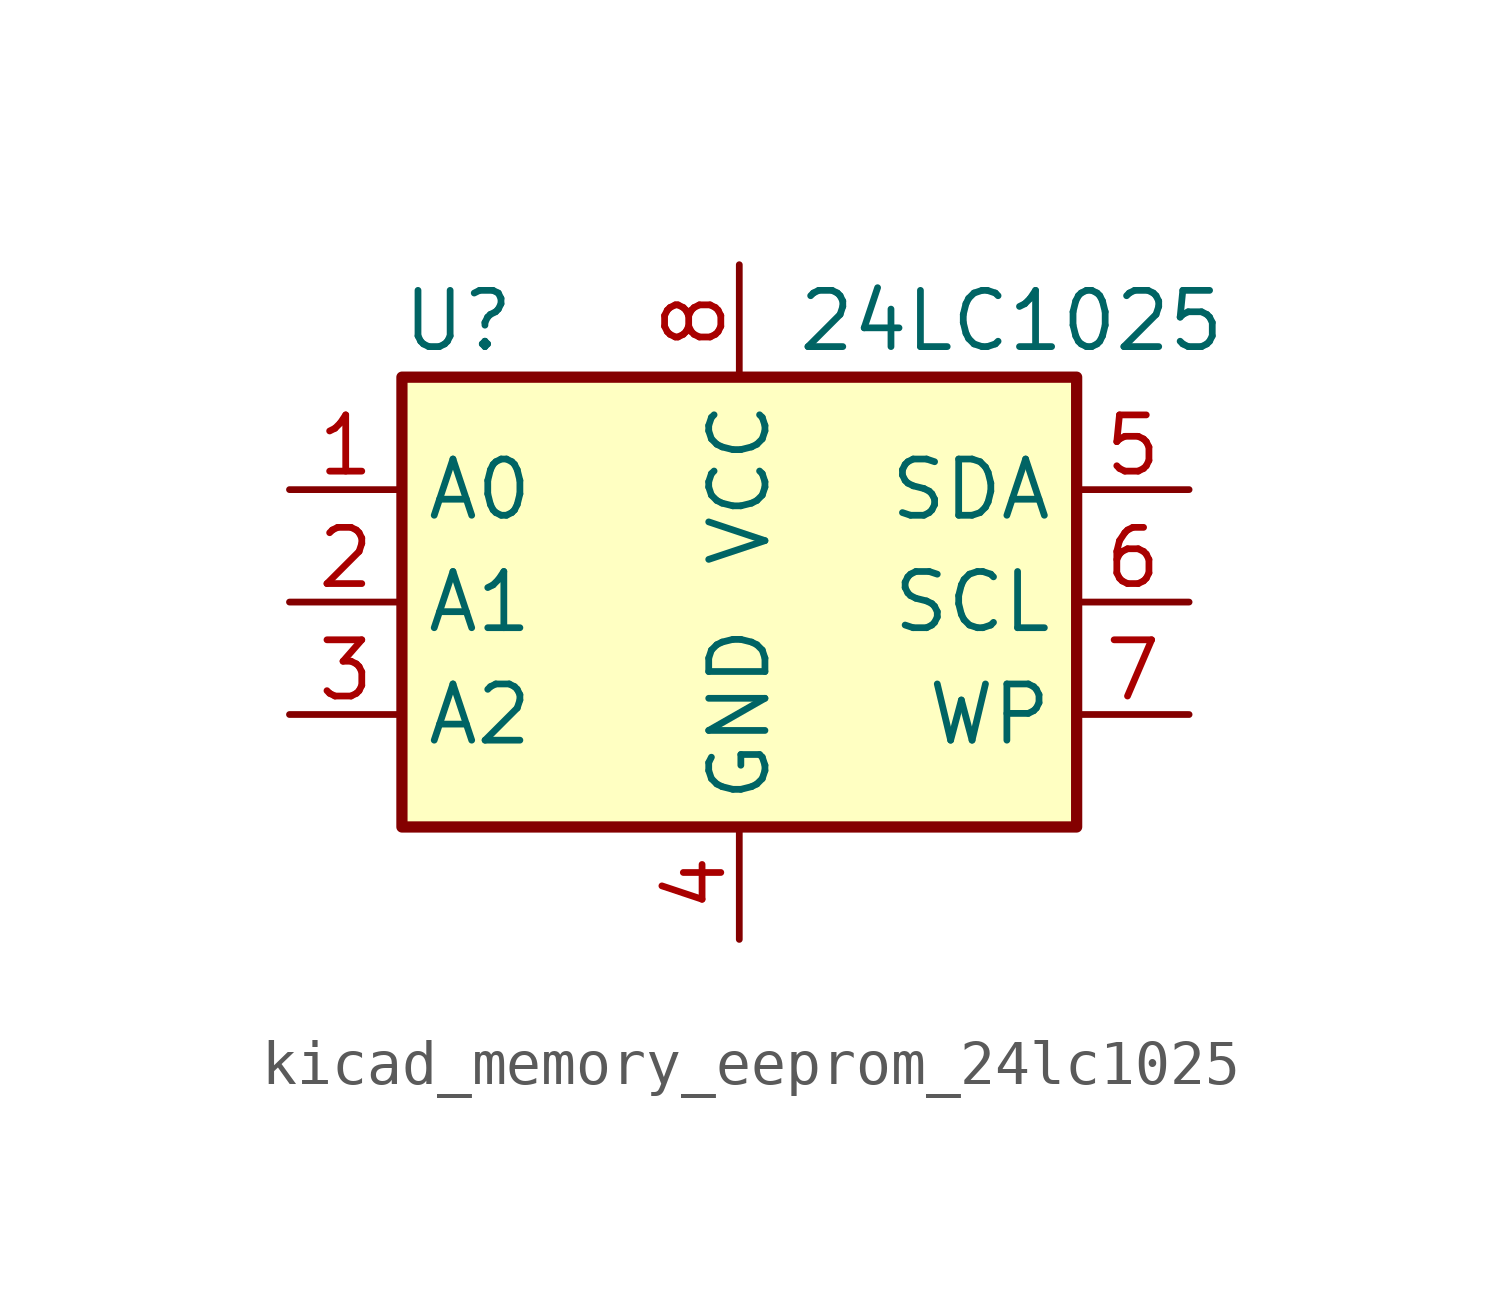
<source format=kicad_sym>
(kicad_symbol_lib
  (version 20220914)
  (generator kicad_symbol_editor)
  (symbol "kicad_memory_eeprom_24lc1025"
    (property "Reference" "U"
      (at -6.35 6.35 0)
      (effects (font (size 1.27 1.27))))
    (property "Value" "24LC1025"
      (at 1.27 6.35 0)
      (effects (font (size 1.27 1.27)) (justify left)))
    (symbol "kicad_memory_eeprom_24lc1025_1_1"
      (rectangle (start -7.62 5.08) (end 7.62 -5.08) (stroke (width 0.254) (type default)) (fill (type background)))
      (pin input line (at -10.16 2.54 0) (length 2.54) (name "A0" (effects (font (size 1.27 1.27)))) (number "1" (effects (font (size 1.27 1.27)))))
      (pin input line (at -10.16 0 0) (length 2.54) (name "A1" (effects (font (size 1.27 1.27)))) (number "2" (effects (font (size 1.27 1.27)))))
      (pin input line (at -10.16 -2.54 0) (length 2.54) (name "A2" (effects (font (size 1.27 1.27)))) (number "3" (effects (font (size 1.27 1.27)))))
      (pin power_in line (at 0 -7.62 90) (length 2.54) (name "GND" (effects (font (size 1.27 1.27)))) (number "4" (effects (font (size 1.27 1.27)))))
      (pin bidirectional line (at 10.16 2.54 180) (length 2.54) (name "SDA" (effects (font (size 1.27 1.27)))) (number "5" (effects (font (size 1.27 1.27)))))
      (pin input line (at 10.16 0 180) (length 2.54) (name "SCL" (effects (font (size 1.27 1.27)))) (number "6" (effects (font (size 1.27 1.27)))))
      (pin input line (at 10.16 -2.54 180) (length 2.54) (name "WP" (effects (font (size 1.27 1.27)))) (number "7" (effects (font (size 1.27 1.27)))))
      (pin power_in line (at 0 7.62 270) (length 2.54) (name "VCC" (effects (font (size 1.27 1.27)))) (number "8" (effects (font (size 1.27 1.27))))))))
</source>
